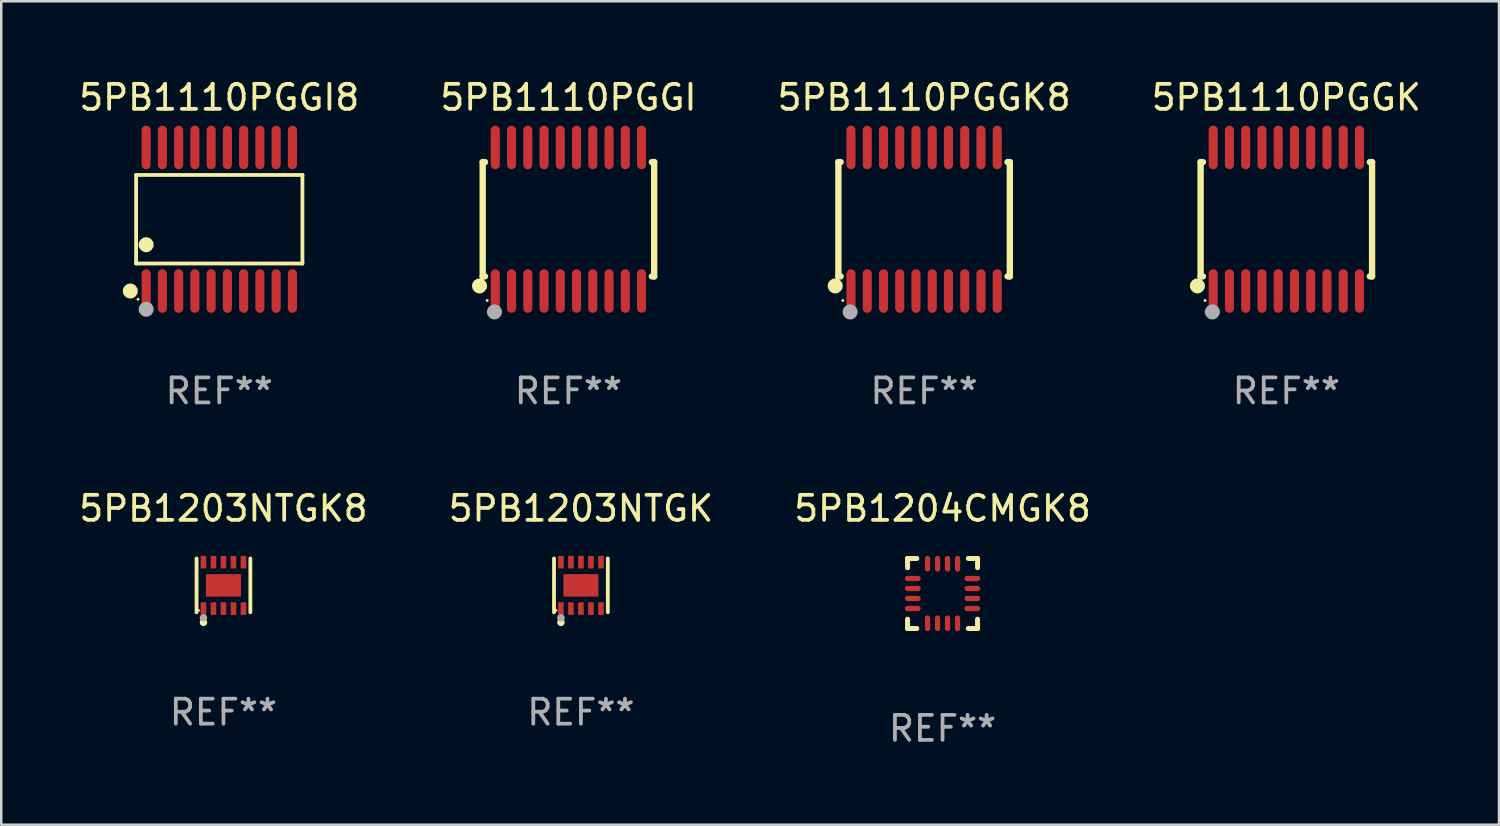
<source format=kicad_pcb>
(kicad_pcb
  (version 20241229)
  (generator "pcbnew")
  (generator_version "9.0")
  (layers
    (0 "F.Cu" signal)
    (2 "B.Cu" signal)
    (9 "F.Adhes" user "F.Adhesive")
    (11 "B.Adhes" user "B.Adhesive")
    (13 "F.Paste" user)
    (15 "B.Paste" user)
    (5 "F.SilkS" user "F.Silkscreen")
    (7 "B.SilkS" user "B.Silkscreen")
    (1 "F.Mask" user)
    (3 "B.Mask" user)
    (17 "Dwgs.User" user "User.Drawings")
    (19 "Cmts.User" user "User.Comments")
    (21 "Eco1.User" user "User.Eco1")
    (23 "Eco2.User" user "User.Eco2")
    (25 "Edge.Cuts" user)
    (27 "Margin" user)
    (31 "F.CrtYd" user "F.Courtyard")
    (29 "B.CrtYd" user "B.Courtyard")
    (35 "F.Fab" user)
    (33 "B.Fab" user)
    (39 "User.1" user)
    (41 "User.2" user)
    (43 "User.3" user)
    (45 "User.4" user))
  (footprint "5PB1203NTGK"
    (layer "F.Cu")
    (at 20.185 20.363)
    (property "Reference" "5PB1203NTGK" (at 0 -3.076 0) (layer "F.SilkS") (effects (font (size 1 1) (thickness 0.15))))
    (attr through_hole)
    (fp_line (start -1.076 1.076) (end -1.076 -1.076) (stroke (width 0.152) (type solid)) (layer "F.SilkS"))
    (fp_line (start 1.076 1.076) (end 1.076 -1.076) (stroke (width 0.152) (type solid)) (layer "F.SilkS"))
    (fp_circle (center -1 1) (end -0.97 1) (stroke (width 0.06) (type solid)) (fill no) (layer "F.SilkS"))
    (fp_circle (center -0.8 1.48) (end -0.725 1.48) (stroke (width 0.15) (type solid)) (fill no) (layer "F.SilkS"))
    (fp_circle (center -0.8 1.3) (end -0.725 1.3) (stroke (width 0.15) (type solid)) (fill no) (layer "F.Fab"))
    (fp_text user "REF**" (at 0 5.076 0) (layer "F.Fab") (effects (font (size 1 1) (thickness 0.15))))
    (pad "1" smd rect (at -0.8 0.928) (size 0.224 0.505) (layers "F.Cu" "F.Mask" "F.Paste"))
    (pad "2" smd rect (at -0.4 0.928) (size 0.224 0.505) (layers "F.Cu" "F.Mask" "F.Paste"))
    (pad "3" smd rect (at 0 0.928) (size 0.224 0.505) (layers "F.Cu" "F.Mask" "F.Paste"))
    (pad "4" smd rect (at 0.4 0.928) (size 0.224 0.505) (layers "F.Cu" "F.Mask" "F.Paste"))
    (pad "5" smd rect (at 0.8 0.928) (size 0.224 0.505) (layers "F.Cu" "F.Mask" "F.Paste"))
    (pad "6" smd rect (at 0.8 -0.928) (size 0.224 0.505) (layers "F.Cu" "F.Mask" "F.Paste"))
    (pad "7" smd rect (at 0.4 -0.928) (size 0.224 0.505) (layers "F.Cu" "F.Mask" "F.Paste"))
    (pad "8" smd rect (at 0 -0.928) (size 0.224 0.505) (layers "F.Cu" "F.Mask" "F.Paste"))
    (pad "9" smd rect (at -0.4 -0.928) (size 0.224 0.505) (layers "F.Cu" "F.Mask" "F.Paste"))
    (pad "10" smd rect (at -0.8 -0.928) (size 0.224 0.505) (layers "F.Cu" "F.Mask" "F.Paste"))
    (pad "11" smd rect (at 0 0) (size 1.4 0.9) (layers "F.Cu" "F.Mask" "F.Paste")))
  (footprint "5PB1110PGGI"
    (layer "F.Cu")
    (at 19.685 5.719)
    (property "Reference" "5PB1110PGGI" (at 0 -4.871 0) (layer "F.SilkS") (effects (font (size 1 1) (thickness 0.15))))
    (attr through_hole)
    (fp_line (start -3.429 -2.286) (end -3.429 2.286) (stroke (width 0.254) (type solid)) (layer "F.SilkS"))
    (fp_line (start -3.429 2.286) (end -3.338 2.286) (stroke (width 0.254) (type solid)) (layer "F.SilkS"))
    (fp_line (start -3.338 -2.286) (end -3.429 -2.286) (stroke (width 0.254) (type solid)) (layer "F.SilkS"))
    (fp_line (start 3.338 -2.286) (end 3.429 -2.286) (stroke (width 0.254) (type solid)) (layer "F.SilkS"))
    (fp_line (start 3.429 -2.286) (end 3.429 2.286) (stroke (width 0.254) (type solid)) (layer "F.SilkS"))
    (fp_line (start 3.429 2.286) (end 3.338 2.286) (stroke (width 0.254) (type solid)) (layer "F.SilkS"))
    (fp_circle (center -3.556 2.667) (end -3.406 2.667) (stroke (width 0.3) (type solid)) (fill no) (layer "F.SilkS"))
    (fp_circle (center -3.25 3.25) (end -3.22 3.25) (stroke (width 0.06) (type solid)) (fill no) (layer "F.SilkS"))
    (fp_circle (center -2.959 3.707) (end -2.808 3.707) (stroke (width 0.3) (type solid)) (fill no) (layer "F.Fab"))
    (fp_text user "REF**" (at 0 6.871 0) (layer "F.Fab") (effects (font (size 1 1) (thickness 0.15))))
    (pad "1" smd oval (at -2.925 2.871) (size 0.364 1.742) (layers "F.Cu" "F.Mask" "F.Paste"))
    (pad "2" smd oval (at -2.275 2.871) (size 0.364 1.742) (layers "F.Cu" "F.Mask" "F.Paste"))
    (pad "3" smd oval (at -1.625 2.871) (size 0.364 1.742) (layers "F.Cu" "F.Mask" "F.Paste"))
    (pad "4" smd oval (at -0.975 2.871) (size 0.364 1.742) (layers "F.Cu" "F.Mask" "F.Paste"))
    (pad "5" smd oval (at -0.325 2.871) (size 0.364 1.742) (layers "F.Cu" "F.Mask" "F.Paste"))
    (pad "6" smd oval (at 0.325 2.871) (size 0.364 1.742) (layers "F.Cu" "F.Mask" "F.Paste"))
    (pad "7" smd oval (at 0.975 2.871) (size 0.364 1.742) (layers "F.Cu" "F.Mask" "F.Paste"))
    (pad "8" smd oval (at 1.625 2.871) (size 0.364 1.742) (layers "F.Cu" "F.Mask" "F.Paste"))
    (pad "9" smd oval (at 2.275 2.871) (size 0.364 1.742) (layers "F.Cu" "F.Mask" "F.Paste"))
    (pad "10" smd oval (at 2.925 2.871) (size 0.364 1.742) (layers "F.Cu" "F.Mask" "F.Paste"))
    (pad "11" smd oval (at 2.925 -2.871) (size 0.364 1.742) (layers "F.Cu" "F.Mask" "F.Paste"))
    (pad "12" smd oval (at 2.275 -2.871) (size 0.364 1.742) (layers "F.Cu" "F.Mask" "F.Paste"))
    (pad "13" smd oval (at 1.625 -2.871) (size 0.364 1.742) (layers "F.Cu" "F.Mask" "F.Paste"))
    (pad "14" smd oval (at 0.975 -2.871) (size 0.364 1.742) (layers "F.Cu" "F.Mask" "F.Paste"))
    (pad "15" smd oval (at 0.325 -2.871) (size 0.364 1.742) (layers "F.Cu" "F.Mask" "F.Paste"))
    (pad "16" smd oval (at -0.325 -2.871) (size 0.364 1.742) (layers "F.Cu" "F.Mask" "F.Paste"))
    (pad "17" smd oval (at -0.975 -2.871) (size 0.364 1.742) (layers "F.Cu" "F.Mask" "F.Paste"))
    (pad "18" smd oval (at -1.625 -2.871) (size 0.364 1.742) (layers "F.Cu" "F.Mask" "F.Paste"))
    (pad "19" smd oval (at -2.275 -2.871) (size 0.364 1.742) (layers "F.Cu" "F.Mask" "F.Paste"))
    (pad "20" smd oval (at -2.925 -2.871) (size 0.364 1.742) (layers "F.Cu" "F.Mask" "F.Paste")))
  (footprint "5PB1203NTGK8"
    (layer "F.Cu")
    (at 5.887 20.363)
    (property "Reference" "5PB1203NTGK8" (at 0 -3.076 0) (layer "F.SilkS") (effects (font (size 1 1) (thickness 0.15))))
    (attr through_hole)
    (fp_line (start -1.076 1.076) (end -1.076 -1.076) (stroke (width 0.152) (type solid)) (layer "F.SilkS"))
    (fp_line (start 1.076 1.076) (end 1.076 -1.076) (stroke (width 0.152) (type solid)) (layer "F.SilkS"))
    (fp_circle (center -1 1) (end -0.97 1) (stroke (width 0.06) (type solid)) (fill no) (layer "F.SilkS"))
    (fp_circle (center -0.8 1.48) (end -0.725 1.48) (stroke (width 0.15) (type solid)) (fill no) (layer "F.SilkS"))
    (fp_circle (center -0.8 1.3) (end -0.725 1.3) (stroke (width 0.15) (type solid)) (fill no) (layer "F.Fab"))
    (fp_text user "REF**" (at 0 5.076 0) (layer "F.Fab") (effects (font (size 1 1) (thickness 0.15))))
    (pad "1" smd rect (at -0.8 0.928) (size 0.224 0.505) (layers "F.Cu" "F.Mask" "F.Paste"))
    (pad "2" smd rect (at -0.4 0.928) (size 0.224 0.505) (layers "F.Cu" "F.Mask" "F.Paste"))
    (pad "3" smd rect (at 0 0.928) (size 0.224 0.505) (layers "F.Cu" "F.Mask" "F.Paste"))
    (pad "4" smd rect (at 0.4 0.928) (size 0.224 0.505) (layers "F.Cu" "F.Mask" "F.Paste"))
    (pad "5" smd rect (at 0.8 0.928) (size 0.224 0.505) (layers "F.Cu" "F.Mask" "F.Paste"))
    (pad "6" smd rect (at 0.8 -0.928) (size 0.224 0.505) (layers "F.Cu" "F.Mask" "F.Paste"))
    (pad "7" smd rect (at 0.4 -0.928) (size 0.224 0.505) (layers "F.Cu" "F.Mask" "F.Paste"))
    (pad "8" smd rect (at 0 -0.928) (size 0.224 0.505) (layers "F.Cu" "F.Mask" "F.Paste"))
    (pad "9" smd rect (at -0.4 -0.928) (size 0.224 0.505) (layers "F.Cu" "F.Mask" "F.Paste"))
    (pad "10" smd rect (at -0.8 -0.928) (size 0.224 0.505) (layers "F.Cu" "F.Mask" "F.Paste"))
    (pad "11" smd rect (at 0 0) (size 1.4 0.9) (layers "F.Cu" "F.Mask" "F.Paste")))
  (footprint "5PB1110PGGK"
    (layer "F.Cu")
    (at 48.399 5.719)
    (property "Reference" "5PB1110PGGK" (at 0 -4.871 0) (layer "F.SilkS") (effects (font (size 1 1) (thickness 0.15))))
    (attr through_hole)
    (fp_line (start -3.429 -2.286) (end -3.429 2.286) (stroke (width 0.254) (type solid)) (layer "F.SilkS"))
    (fp_line (start -3.429 2.286) (end -3.338 2.286) (stroke (width 0.254) (type solid)) (layer "F.SilkS"))
    (fp_line (start -3.338 -2.286) (end -3.429 -2.286) (stroke (width 0.254) (type solid)) (layer "F.SilkS"))
    (fp_line (start 3.338 -2.286) (end 3.429 -2.286) (stroke (width 0.254) (type solid)) (layer "F.SilkS"))
    (fp_line (start 3.429 -2.286) (end 3.429 2.286) (stroke (width 0.254) (type solid)) (layer "F.SilkS"))
    (fp_line (start 3.429 2.286) (end 3.338 2.286) (stroke (width 0.254) (type solid)) (layer "F.SilkS"))
    (fp_circle (center -3.556 2.667) (end -3.406 2.667) (stroke (width 0.3) (type solid)) (fill no) (layer "F.SilkS"))
    (fp_circle (center -3.25 3.25) (end -3.22 3.25) (stroke (width 0.06) (type solid)) (fill no) (layer "F.SilkS"))
    (fp_circle (center -2.959 3.707) (end -2.808 3.707) (stroke (width 0.3) (type solid)) (fill no) (layer "F.Fab"))
    (fp_text user "REF**" (at 0 6.871 0) (layer "F.Fab") (effects (font (size 1 1) (thickness 0.15))))
    (pad "1" smd oval (at -2.925 2.871) (size 0.364 1.742) (layers "F.Cu" "F.Mask" "F.Paste"))
    (pad "2" smd oval (at -2.275 2.871) (size 0.364 1.742) (layers "F.Cu" "F.Mask" "F.Paste"))
    (pad "3" smd oval (at -1.625 2.871) (size 0.364 1.742) (layers "F.Cu" "F.Mask" "F.Paste"))
    (pad "4" smd oval (at -0.975 2.871) (size 0.364 1.742) (layers "F.Cu" "F.Mask" "F.Paste"))
    (pad "5" smd oval (at -0.325 2.871) (size 0.364 1.742) (layers "F.Cu" "F.Mask" "F.Paste"))
    (pad "6" smd oval (at 0.325 2.871) (size 0.364 1.742) (layers "F.Cu" "F.Mask" "F.Paste"))
    (pad "7" smd oval (at 0.975 2.871) (size 0.364 1.742) (layers "F.Cu" "F.Mask" "F.Paste"))
    (pad "8" smd oval (at 1.625 2.871) (size 0.364 1.742) (layers "F.Cu" "F.Mask" "F.Paste"))
    (pad "9" smd oval (at 2.275 2.871) (size 0.364 1.742) (layers "F.Cu" "F.Mask" "F.Paste"))
    (pad "10" smd oval (at 2.925 2.871) (size 0.364 1.742) (layers "F.Cu" "F.Mask" "F.Paste"))
    (pad "11" smd oval (at 2.925 -2.871) (size 0.364 1.742) (layers "F.Cu" "F.Mask" "F.Paste"))
    (pad "12" smd oval (at 2.275 -2.871) (size 0.364 1.742) (layers "F.Cu" "F.Mask" "F.Paste"))
    (pad "13" smd oval (at 1.625 -2.871) (size 0.364 1.742) (layers "F.Cu" "F.Mask" "F.Paste"))
    (pad "14" smd oval (at 0.975 -2.871) (size 0.364 1.742) (layers "F.Cu" "F.Mask" "F.Paste"))
    (pad "15" smd oval (at 0.325 -2.871) (size 0.364 1.742) (layers "F.Cu" "F.Mask" "F.Paste"))
    (pad "16" smd oval (at -0.325 -2.871) (size 0.364 1.742) (layers "F.Cu" "F.Mask" "F.Paste"))
    (pad "17" smd oval (at -0.975 -2.871) (size 0.364 1.742) (layers "F.Cu" "F.Mask" "F.Paste"))
    (pad "18" smd oval (at -1.625 -2.871) (size 0.364 1.742) (layers "F.Cu" "F.Mask" "F.Paste"))
    (pad "19" smd oval (at -2.275 -2.871) (size 0.364 1.742) (layers "F.Cu" "F.Mask" "F.Paste"))
    (pad "20" smd oval (at -2.925 -2.871) (size 0.364 1.742) (layers "F.Cu" "F.Mask" "F.Paste")))
  (footprint "5PB1110PGGK8"
    (layer "F.Cu")
    (at 33.911 5.719)
    (property "Reference" "5PB1110PGGK8" (at 0 -4.871 0) (layer "F.SilkS") (effects (font (size 1 1) (thickness 0.15))))
    (attr through_hole)
    (fp_line (start -3.429 -2.286) (end -3.429 2.286) (stroke (width 0.254) (type solid)) (layer "F.SilkS"))
    (fp_line (start -3.429 2.286) (end -3.338 2.286) (stroke (width 0.254) (type solid)) (layer "F.SilkS"))
    (fp_line (start -3.338 -2.286) (end -3.429 -2.286) (stroke (width 0.254) (type solid)) (layer "F.SilkS"))
    (fp_line (start 3.338 -2.286) (end 3.429 -2.286) (stroke (width 0.254) (type solid)) (layer "F.SilkS"))
    (fp_line (start 3.429 -2.286) (end 3.429 2.286) (stroke (width 0.254) (type solid)) (layer "F.SilkS"))
    (fp_line (start 3.429 2.286) (end 3.338 2.286) (stroke (width 0.254) (type solid)) (layer "F.SilkS"))
    (fp_circle (center -3.556 2.667) (end -3.406 2.667) (stroke (width 0.3) (type solid)) (fill no) (layer "F.SilkS"))
    (fp_circle (center -3.25 3.25) (end -3.22 3.25) (stroke (width 0.06) (type solid)) (fill no) (layer "F.SilkS"))
    (fp_circle (center -2.959 3.707) (end -2.808 3.707) (stroke (width 0.3) (type solid)) (fill no) (layer "F.Fab"))
    (fp_text user "REF**" (at 0 6.871 0) (layer "F.Fab") (effects (font (size 1 1) (thickness 0.15))))
    (pad "1" smd oval (at -2.925 2.871) (size 0.364 1.742) (layers "F.Cu" "F.Mask" "F.Paste"))
    (pad "2" smd oval (at -2.275 2.871) (size 0.364 1.742) (layers "F.Cu" "F.Mask" "F.Paste"))
    (pad "3" smd oval (at -1.625 2.871) (size 0.364 1.742) (layers "F.Cu" "F.Mask" "F.Paste"))
    (pad "4" smd oval (at -0.975 2.871) (size 0.364 1.742) (layers "F.Cu" "F.Mask" "F.Paste"))
    (pad "5" smd oval (at -0.325 2.871) (size 0.364 1.742) (layers "F.Cu" "F.Mask" "F.Paste"))
    (pad "6" smd oval (at 0.325 2.871) (size 0.364 1.742) (layers "F.Cu" "F.Mask" "F.Paste"))
    (pad "7" smd oval (at 0.975 2.871) (size 0.364 1.742) (layers "F.Cu" "F.Mask" "F.Paste"))
    (pad "8" smd oval (at 1.625 2.871) (size 0.364 1.742) (layers "F.Cu" "F.Mask" "F.Paste"))
    (pad "9" smd oval (at 2.275 2.871) (size 0.364 1.742) (layers "F.Cu" "F.Mask" "F.Paste"))
    (pad "10" smd oval (at 2.925 2.871) (size 0.364 1.742) (layers "F.Cu" "F.Mask" "F.Paste"))
    (pad "11" smd oval (at 2.925 -2.871) (size 0.364 1.742) (layers "F.Cu" "F.Mask" "F.Paste"))
    (pad "12" smd oval (at 2.275 -2.871) (size 0.364 1.742) (layers "F.Cu" "F.Mask" "F.Paste"))
    (pad "13" smd oval (at 1.625 -2.871) (size 0.364 1.742) (layers "F.Cu" "F.Mask" "F.Paste"))
    (pad "14" smd oval (at 0.975 -2.871) (size 0.364 1.742) (layers "F.Cu" "F.Mask" "F.Paste"))
    (pad "15" smd oval (at 0.325 -2.871) (size 0.364 1.742) (layers "F.Cu" "F.Mask" "F.Paste"))
    (pad "16" smd oval (at -0.325 -2.871) (size 0.364 1.742) (layers "F.Cu" "F.Mask" "F.Paste"))
    (pad "17" smd oval (at -0.975 -2.871) (size 0.364 1.742) (layers "F.Cu" "F.Mask" "F.Paste"))
    (pad "18" smd oval (at -1.625 -2.871) (size 0.364 1.742) (layers "F.Cu" "F.Mask" "F.Paste"))
    (pad "19" smd oval (at -2.275 -2.871) (size 0.364 1.742) (layers "F.Cu" "F.Mask" "F.Paste"))
    (pad "20" smd oval (at -2.925 -2.871) (size 0.364 1.742) (layers "F.Cu" "F.Mask" "F.Paste")))
  (footprint "5PB1204CMGK8"
    (layer "F.Cu")
    (at 34.649 20.687)
    (property "Reference" "5PB1204CMGK8" (at 0 -3.4 0) (layer "F.SilkS") (effects (font (size 1 1) (thickness 0.15))))
    (attr through_hole)
    (fp_line (start -1.4 -1.4) (end -1.03 -1.4) (stroke (width 0.2) (type solid)) (layer "F.SilkS"))
    (fp_line (start -1.4 -1.03) (end -1.4 -1.4) (stroke (width 0.2) (type solid)) (layer "F.SilkS"))
    (fp_line (start -1.4 1.4) (end -1.4 1.03) (stroke (width 0.2) (type solid)) (layer "F.SilkS"))
    (fp_line (start -1.03 1.4) (end -1.4 1.4) (stroke (width 0.2) (type solid)) (layer "F.SilkS"))
    (fp_line (start 1.03 1.4) (end 1.4 1.4) (stroke (width 0.2) (type solid)) (layer "F.SilkS"))
    (fp_line (start 1.4 -1.4) (end 1.03 -1.4) (stroke (width 0.2) (type solid)) (layer "F.SilkS"))
    (fp_line (start 1.4 -1.03) (end 1.4 -1.4) (stroke (width 0.2) (type solid)) (layer "F.SilkS"))
    (fp_line (start 1.4 1.4) (end 1.4 1.03) (stroke (width 0.2) (type solid)) (layer "F.SilkS"))
    (fp_text user "REF**" (at 0 5.4 0) (layer "F.Fab") (effects (font (size 1 1) (thickness 0.15))))
    (pad "1" smd oval (at -1.19 -0.6 270) (size 0.21 0.63) (layers "F.Cu" "F.Mask" "F.Paste"))
    (pad "2" smd oval (at -1.19 -0.2 270) (size 0.21 0.63) (layers "F.Cu" "F.Mask" "F.Paste"))
    (pad "3" smd oval (at -1.19 0.2 270) (size 0.21 0.63) (layers "F.Cu" "F.Mask" "F.Paste"))
    (pad "4" smd oval (at -1.19 0.6 270) (size 0.21 0.63) (layers "F.Cu" "F.Mask" "F.Paste"))
    (pad "5" smd oval (at -0.6 1.19) (size 0.21 0.63) (layers "F.Cu" "F.Mask" "F.Paste"))
    (pad "6" smd oval (at -0.2 1.19) (size 0.21 0.63) (layers "F.Cu" "F.Mask" "F.Paste"))
    (pad "7" smd oval (at 0.2 1.19) (size 0.21 0.63) (layers "F.Cu" "F.Mask" "F.Paste"))
    (pad "8" smd oval (at 0.6 1.19) (size 0.21 0.63) (layers "F.Cu" "F.Mask" "F.Paste"))
    (pad "9" smd oval (at 1.19 0.6 90) (size 0.21 0.63) (layers "F.Cu" "F.Mask" "F.Paste"))
    (pad "10" smd oval (at 1.19 0.2 90) (size 0.21 0.63) (layers "F.Cu" "F.Mask" "F.Paste"))
    (pad "11" smd oval (at 1.19 -0.2 90) (size 0.21 0.63) (layers "F.Cu" "F.Mask" "F.Paste"))
    (pad "12" smd oval (at 1.19 -0.6 90) (size 0.21 0.63) (layers "F.Cu" "F.Mask" "F.Paste"))
    (pad "13" smd oval (at 0.6 -1.19) (size 0.21 0.63) (layers "F.Cu" "F.Mask" "F.Paste"))
    (pad "14" smd oval (at 0.2 -1.19) (size 0.21 0.63) (layers "F.Cu" "F.Mask" "F.Paste"))
    (pad "15" smd oval (at -0.2 -1.19) (size 0.21 0.63) (layers "F.Cu" "F.Mask" "F.Paste"))
    (pad "16" smd oval (at -0.6 -1.19) (size 0.21 0.63) (layers "F.Cu" "F.Mask" "F.Paste")))
  (footprint "5PB1110PGGI8"
    (layer "F.Cu")
    (at 5.72 5.719)
    (property "Reference" "5PB1110PGGI8" (at 0 -4.871 0) (layer "F.SilkS") (effects (font (size 1 1) (thickness 0.15))))
    (attr through_hole)
    (fp_line (start -3.326 -1.771) (end 3.326 -1.771) (stroke (width 0.152) (type solid)) (layer "F.SilkS"))
    (fp_line (start -3.326 1.771) (end -3.326 -1.771) (stroke (width 0.152) (type solid)) (layer "F.SilkS"))
    (fp_line (start 3.326 -1.771) (end 3.326 1.771) (stroke (width 0.152) (type solid)) (layer "F.SilkS"))
    (fp_line (start 3.326 1.771) (end -3.326 1.771) (stroke (width 0.152) (type solid)) (layer "F.SilkS"))
    (fp_circle (center -3.559 2.871) (end -3.409 2.871) (stroke (width 0.3) (type solid)) (fill no) (layer "F.SilkS"))
    (fp_circle (center -3.25 3.2) (end -3.22 3.2) (stroke (width 0.06) (type solid)) (fill no) (layer "F.SilkS"))
    (fp_circle (center -2.925 1.019) (end -2.775 1.019) (stroke (width 0.3) (type solid)) (fill no) (layer "F.SilkS"))
    (fp_circle (center -2.925 3.6) (end -2.775 3.6) (stroke (width 0.3) (type solid)) (fill no) (layer "F.Fab"))
    (fp_text user "REF**" (at 0 6.871 0) (layer "F.Fab") (effects (font (size 1 1) (thickness 0.15))))
    (pad "1" smd oval (at -2.925 2.871) (size 0.364 1.742) (layers "F.Cu" "F.Mask" "F.Paste"))
    (pad "2" smd oval (at -2.275 2.871) (size 0.364 1.742) (layers "F.Cu" "F.Mask" "F.Paste"))
    (pad "3" smd oval (at -1.625 2.871) (size 0.364 1.742) (layers "F.Cu" "F.Mask" "F.Paste"))
    (pad "4" smd oval (at -0.975 2.871) (size 0.364 1.742) (layers "F.Cu" "F.Mask" "F.Paste"))
    (pad "5" smd oval (at -0.325 2.871) (size 0.364 1.742) (layers "F.Cu" "F.Mask" "F.Paste"))
    (pad "6" smd oval (at 0.325 2.871) (size 0.364 1.742) (layers "F.Cu" "F.Mask" "F.Paste"))
    (pad "7" smd oval (at 0.975 2.871) (size 0.364 1.742) (layers "F.Cu" "F.Mask" "F.Paste"))
    (pad "8" smd oval (at 1.625 2.871) (size 0.364 1.742) (layers "F.Cu" "F.Mask" "F.Paste"))
    (pad "9" smd oval (at 2.275 2.871) (size 0.364 1.742) (layers "F.Cu" "F.Mask" "F.Paste"))
    (pad "10" smd oval (at 2.925 2.871) (size 0.364 1.742) (layers "F.Cu" "F.Mask" "F.Paste"))
    (pad "11" smd oval (at 2.925 -2.871) (size 0.364 1.742) (layers "F.Cu" "F.Mask" "F.Paste"))
    (pad "12" smd oval (at 2.275 -2.871) (size 0.364 1.742) (layers "F.Cu" "F.Mask" "F.Paste"))
    (pad "13" smd oval (at 1.625 -2.871) (size 0.364 1.742) (layers "F.Cu" "F.Mask" "F.Paste"))
    (pad "14" smd oval (at 0.975 -2.871) (size 0.364 1.742) (layers "F.Cu" "F.Mask" "F.Paste"))
    (pad "15" smd oval (at 0.325 -2.871) (size 0.364 1.742) (layers "F.Cu" "F.Mask" "F.Paste"))
    (pad "16" smd oval (at -0.325 -2.871) (size 0.364 1.742) (layers "F.Cu" "F.Mask" "F.Paste"))
    (pad "17" smd oval (at -0.975 -2.871) (size 0.364 1.742) (layers "F.Cu" "F.Mask" "F.Paste"))
    (pad "18" smd oval (at -1.625 -2.871) (size 0.364 1.742) (layers "F.Cu" "F.Mask" "F.Paste"))
    (pad "19" smd oval (at -2.275 -2.871) (size 0.364 1.742) (layers "F.Cu" "F.Mask" "F.Paste"))
    (pad "20" smd oval (at -2.925 -2.871) (size 0.364 1.742) (layers "F.Cu" "F.Mask" "F.Paste")))
  (gr_rect
    (start -3 -3)
    (end 56.905 29.935)
    (stroke (width 0.1) (type default))
    (fill no)
    (layer "Edge.Cuts")))
</source>
